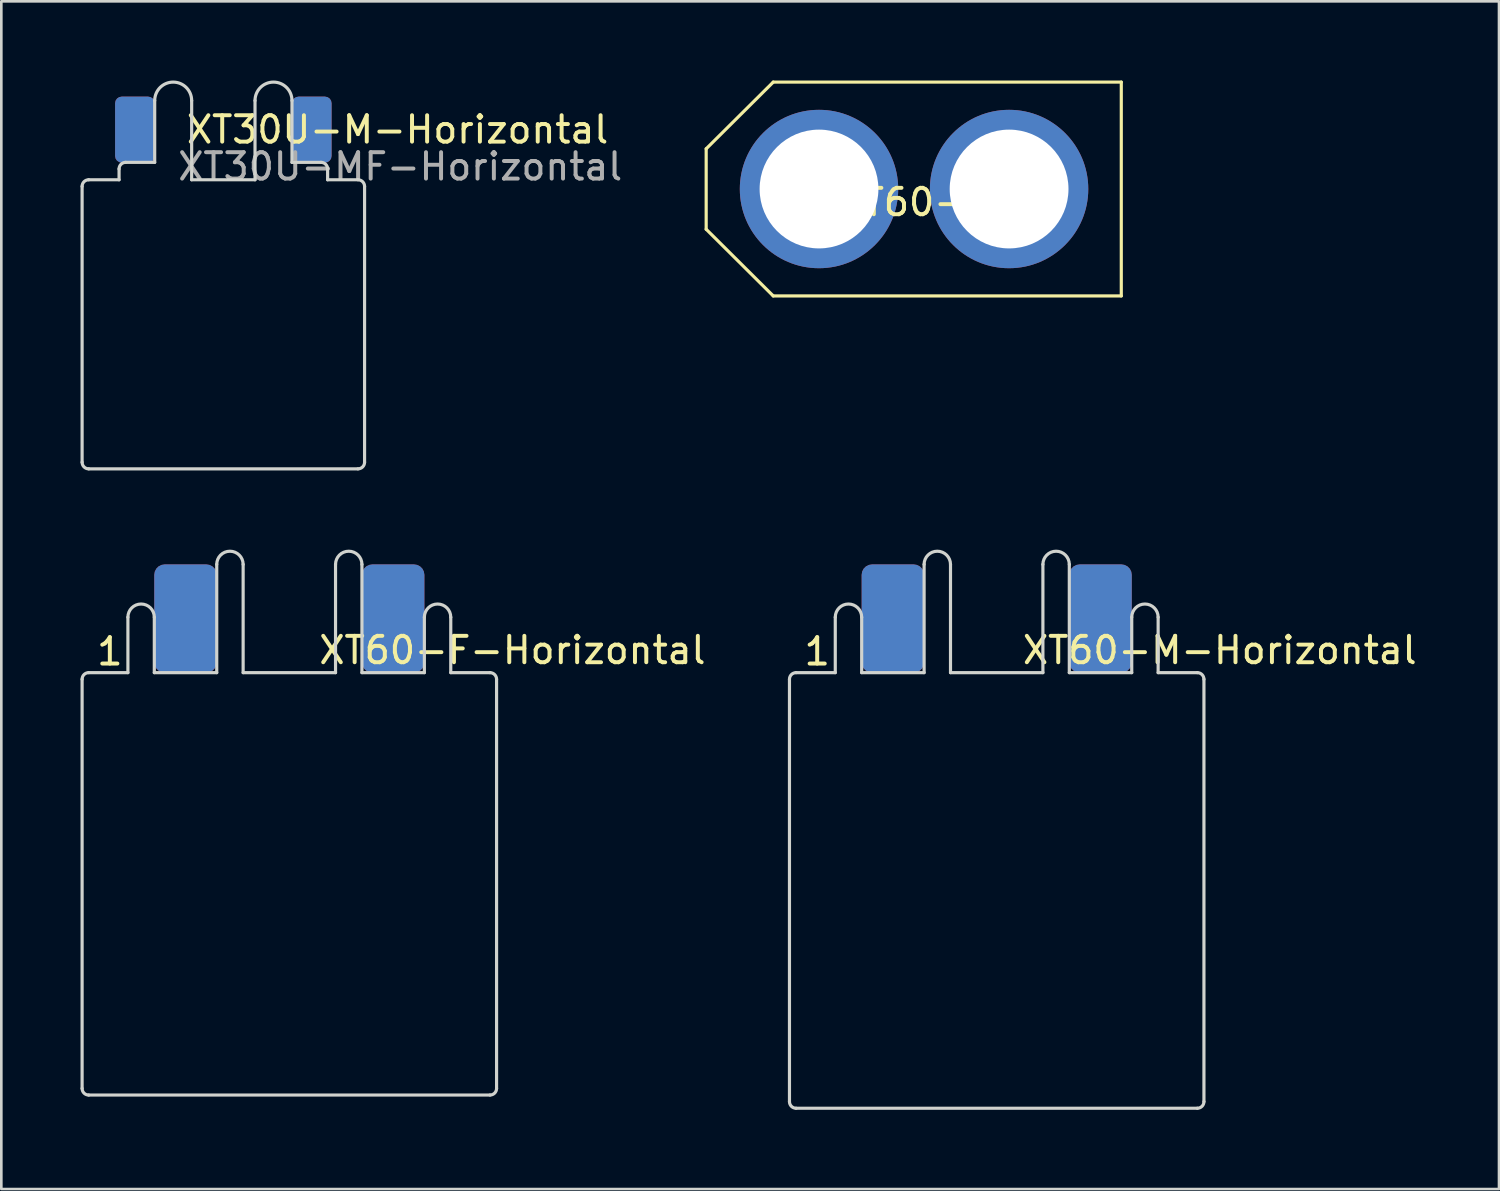
<source format=kicad_pcb>
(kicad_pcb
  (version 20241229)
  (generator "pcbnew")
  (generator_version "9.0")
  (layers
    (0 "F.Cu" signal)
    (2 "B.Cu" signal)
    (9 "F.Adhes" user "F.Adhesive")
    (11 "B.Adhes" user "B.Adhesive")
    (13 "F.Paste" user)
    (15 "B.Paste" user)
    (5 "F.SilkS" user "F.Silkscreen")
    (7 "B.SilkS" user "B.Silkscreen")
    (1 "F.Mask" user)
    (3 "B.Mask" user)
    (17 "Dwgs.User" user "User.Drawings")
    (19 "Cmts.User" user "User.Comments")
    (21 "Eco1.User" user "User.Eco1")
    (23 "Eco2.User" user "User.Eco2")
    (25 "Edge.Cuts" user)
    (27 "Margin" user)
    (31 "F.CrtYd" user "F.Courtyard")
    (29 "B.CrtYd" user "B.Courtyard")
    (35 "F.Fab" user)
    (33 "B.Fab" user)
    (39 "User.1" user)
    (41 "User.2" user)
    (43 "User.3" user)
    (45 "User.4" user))
  (footprint "XT60-F"
    (layer "F.Cu")
    (at 31.574 4.11)
    (property "Reference" "XT60-F" (at 0 0.5 0) (layer "F.SilkS") (effects (font (size 1 1) (thickness 0.15))))
    (attr through_hole)
    (fp_line (start -7.874 -1.524) (end -7.874 1.524) (stroke (width 0.12) (type solid)) (layer "F.SilkS"))
    (fp_line (start -7.874 -1.524) (end -5.334 -4.05) (stroke (width 0.12) (type solid)) (layer "F.SilkS"))
    (fp_line (start -7.874 1.524) (end -5.334 4.05) (stroke (width 0.12) (type solid)) (layer "F.SilkS"))
    (fp_line (start -5.334 -4.05) (end 7.85 -4.05) (stroke (width 0.12) (type solid)) (layer "F.SilkS"))
    (fp_line (start -5.334 4.05) (end 7.85 4.05) (stroke (width 0.12) (type solid)) (layer "F.SilkS"))
    (fp_line (start 7.85 -4.05) (end 7.85 4.05) (stroke (width 0.12) (type solid)) (layer "F.SilkS"))
    (pad "1" thru_hole circle (at -3.6 0) (size 6 6) (drill 4.5) (layers "*.Cu" "*.Mask"))
    (pad "2" thru_hole circle (at 3.6 0) (size 6 6) (drill 4.5) (layers "*.Cu" "*.Mask")))
  (footprint "XT60-F-Horizontal"
    (layer "F.Cu")
    (at 7.91 22.43)
    (property "Reference" "XT60-F-Horizontal" (at 8.45 -0.85 0) (layer "F.SilkS") (effects (font (size 1 1) (thickness 0.15))))
    (attr through_hole)
    (fp_line (start -7.85 15.75) (end -7.85 0.25) (stroke (width 0.12) (type solid)) (layer "Edge.Cuts"))
    (fp_line (start -7.6 0) (end -6.115 0) (stroke (width 0.12) (type solid)) (layer "Edge.Cuts"))
    (fp_line (start -7.6 16) (end 7.6 16) (stroke (width 0.12) (type solid)) (layer "Edge.Cuts"))
    (fp_line (start -6.115 0) (end -6.115 -2.1) (stroke (width 0.12) (type solid)) (layer "Edge.Cuts"))
    (fp_line (start -5.115 0) (end -5.115 -2.1) (stroke (width 0.12) (type solid)) (layer "Edge.Cuts"))
    (fp_line (start -5.115 0) (end -2.75 0) (stroke (width 0.12) (type solid)) (layer "Edge.Cuts"))
    (fp_line (start -2.75 0) (end -2.75 -4.1) (stroke (width 0.12) (type solid)) (layer "Edge.Cuts"))
    (fp_line (start -1.75 0) (end -1.75 -4.1) (stroke (width 0.12) (type solid)) (layer "Edge.Cuts"))
    (fp_line (start 1.75 0) (end -1.75 0) (stroke (width 0.12) (type solid)) (layer "Edge.Cuts"))
    (fp_line (start 1.75 0) (end 1.75 -4.1) (stroke (width 0.12) (type solid)) (layer "Edge.Cuts"))
    (fp_line (start 2.75 0) (end 2.75 -4.1) (stroke (width 0.12) (type solid)) (layer "Edge.Cuts"))
    (fp_line (start 5.115 0) (end 2.75 0) (stroke (width 0.12) (type solid)) (layer "Edge.Cuts"))
    (fp_line (start 5.115 0) (end 5.115 -2.1) (stroke (width 0.12) (type solid)) (layer "Edge.Cuts"))
    (fp_line (start 6.115 0) (end 6.115 -2.1) (stroke (width 0.12) (type solid)) (layer "Edge.Cuts"))
    (fp_line (start 7.6 0) (end 6.115 0) (stroke (width 0.12) (type solid)) (layer "Edge.Cuts"))
    (fp_line (start 7.85 0.25) (end 7.85 15.75) (stroke (width 0.12) (type solid)) (layer "Edge.Cuts"))
    (fp_arc (start -7.85 0.25) (mid -7.776777 0.073223) (end -7.6 0) (stroke (width 0.12) (type solid)) (layer "Edge.Cuts"))
    (fp_arc (start -7.6 16) (mid -7.776777 15.926777) (end -7.85 15.75) (stroke (width 0.12) (type solid)) (layer "Edge.Cuts"))
    (fp_arc (start -6.115 -2.1) (mid -5.615 -2.6) (end -5.115 -2.1) (stroke (width 0.12) (type solid)) (layer "Edge.Cuts"))
    (fp_arc (start -2.75 -4.1) (mid -2.25 -4.6) (end -1.75 -4.1) (stroke (width 0.12) (type solid)) (layer "Edge.Cuts"))
    (fp_arc (start 1.75 -4.1) (mid 2.25 -4.6) (end 2.75 -4.1) (stroke (width 0.12) (type solid)) (layer "Edge.Cuts"))
    (fp_arc (start 5.115 -2.1) (mid 5.615 -2.6) (end 6.115 -2.1) (stroke (width 0.12) (type solid)) (layer "Edge.Cuts"))
    (fp_arc (start 7.6 0) (mid 7.776777 0.073223) (end 7.85 0.25) (stroke (width 0.12) (type solid)) (layer "Edge.Cuts"))
    (fp_arc (start 7.85 15.75) (mid 7.776777 15.926777) (end 7.6 16) (stroke (width 0.12) (type solid)) (layer "Edge.Cuts"))
    (fp_text user "1" (at -6.8 -0.8 0) (layer "F.SilkS") (effects (font (size 1 1) (thickness 0.15))))
    (pad "1" smd roundrect (at -3.933 -2.05) (size 2.365 4.1) (layers "F.Cu" "F.Mask" "F.Paste") (roundrect_rratio 0.167))
    (pad "1" smd roundrect (at -3.933 -2.05) (size 2.365 4.1) (layers "B.Cu" "B.Mask" "B.Paste") (roundrect_rratio 0.167))
    (pad "1" smd roundrect (at 3.933 -2.05) (size 2.365 4.1) (layers "B.Cu" "B.Mask" "B.Paste") (roundrect_rratio 0.167))
    (pad "2" smd roundrect (at 3.933 -2.05) (size 2.365 4.1) (layers "F.Cu" "F.Mask" "F.Paste") (roundrect_rratio 0.167)))
  (footprint "XT30U-M-Horizontal"
    (layer "F.Cu")
    (at 5.41 3.76)
    (property "Reference" "XT30U-M-Horizontal" (at 6.6 -1.9 0) (layer "F.SilkS") (effects (font (size 1 1) (thickness 0.15))))
    (attr through_hole)
    (fp_line (start -5.35 10.7) (end -5.35 0.25) (stroke (width 0.12) (type solid)) (layer "Edge.Cuts"))
    (fp_line (start -5.1 0) (end -3.95 0) (stroke (width 0.12) (type solid)) (layer "Edge.Cuts"))
    (fp_line (start -5.1 10.95) (end 5.1 10.95) (stroke (width 0.12) (type solid)) (layer "Edge.Cuts"))
    (fp_line (start -3.95 0) (end -3.95 -0.41) (stroke (width 0.12) (type solid)) (layer "Edge.Cuts"))
    (fp_line (start -3.7 -0.66) (end -2.6 -0.66) (stroke (width 0.12) (type solid)) (layer "Edge.Cuts"))
    (fp_line (start -2.6 -0.66) (end -2.6 -3) (stroke (width 0.12) (type solid)) (layer "Edge.Cuts"))
    (fp_line (start -1.2 -3) (end -1.2 0) (stroke (width 0.12) (type solid)) (layer "Edge.Cuts"))
    (fp_line (start -1.2 0) (end 1.2 0) (stroke (width 0.12) (type solid)) (layer "Edge.Cuts"))
    (fp_line (start 1.2 -3) (end 1.2 0) (stroke (width 0.12) (type solid)) (layer "Edge.Cuts"))
    (fp_line (start 2.6 -0.66) (end 2.6 -3) (stroke (width 0.12) (type solid)) (layer "Edge.Cuts"))
    (fp_line (start 3.7 -0.66) (end 2.6 -0.66) (stroke (width 0.12) (type solid)) (layer "Edge.Cuts"))
    (fp_line (start 3.95 0) (end 3.95 -0.41) (stroke (width 0.12) (type solid)) (layer "Edge.Cuts"))
    (fp_line (start 3.95 0) (end 5.1 0) (stroke (width 0.12) (type solid)) (layer "Edge.Cuts"))
    (fp_line (start 5.35 0.25) (end 5.35 10.7) (stroke (width 0.12) (type solid)) (layer "Edge.Cuts"))
    (fp_arc (start -5.35 0.25) (mid -5.276777 0.073223) (end -5.1 0) (stroke (width 0.12) (type solid)) (layer "Edge.Cuts"))
    (fp_arc (start -5.1 10.95) (mid -5.276777 10.876777) (end -5.35 10.7) (stroke (width 0.12) (type solid)) (layer "Edge.Cuts"))
    (fp_arc (start -3.95 -0.41) (mid -3.876777 -0.586777) (end -3.7 -0.66) (stroke (width 0.12) (type solid)) (layer "Edge.Cuts"))
    (fp_arc (start -2.6 -3) (mid -1.9 -3.7) (end -1.2 -3) (stroke (width 0.12) (type solid)) (layer "Edge.Cuts"))
    (fp_arc (start 1.2 -3) (mid 1.9 -3.7) (end 2.6 -3) (stroke (width 0.12) (type solid)) (layer "Edge.Cuts"))
    (fp_arc (start 3.7 -0.66) (mid 3.876777 -0.586777) (end 3.95 -0.41) (stroke (width 0.12) (type solid)) (layer "Edge.Cuts"))
    (fp_arc (start 5.1 0) (mid 5.276777 0.073223) (end 5.35 0.25) (stroke (width 0.12) (type solid)) (layer "Edge.Cuts"))
    (fp_arc (start 5.35 10.7) (mid 5.276777 10.876777) (end 5.1 10.95) (stroke (width 0.12) (type solid)) (layer "Edge.Cuts"))
    (fp_text user "XT30U-MF-Horizontal" (at 6.7 -0.5 0) (layer "F.Fab") (effects (font (size 1 1) (thickness 0.15))))
    (pad "1" smd roundrect (at -3.35 -1.9) (size 1.5 2.5) (layers "F.Cu" "F.Mask" "F.Paste") (roundrect_rratio 0.167))
    (pad "1" smd roundrect (at -3.35 -1.9 180) (size 1.5 2.5) (layers "B.Cu" "B.Mask" "B.Paste") (roundrect_rratio 0.167))
    (pad "2" smd roundrect (at 3.35 -1.9) (size 1.5 2.5) (layers "F.Cu" "F.Mask" "F.Paste") (roundrect_rratio 0.167))
    (pad "2" smd roundrect (at 3.35 -1.9) (size 1.5 2.5) (layers "B.Cu" "B.Mask" "B.Paste") (roundrect_rratio 0.167)))
  (footprint "XT60-M-Horizontal"
    (layer "F.Cu")
    (at 34.705 22.43)
    (property "Reference" "XT60-M-Horizontal" (at 8.45 -0.85 0) (layer "F.SilkS") (effects (font (size 1 1) (thickness 0.15))))
    (attr through_hole)
    (fp_line (start -7.85 16.25) (end -7.85 0.25) (stroke (width 0.12) (type solid)) (layer "Edge.Cuts"))
    (fp_line (start -7.6 0) (end -6.115 0) (stroke (width 0.12) (type solid)) (layer "Edge.Cuts"))
    (fp_line (start -7.6 16.5) (end 7.6 16.5) (stroke (width 0.12) (type solid)) (layer "Edge.Cuts"))
    (fp_line (start -6.115 0) (end -6.115 -2.1) (stroke (width 0.12) (type solid)) (layer "Edge.Cuts"))
    (fp_line (start -5.115 0) (end -5.115 -2.1) (stroke (width 0.12) (type solid)) (layer "Edge.Cuts"))
    (fp_line (start -5.115 0) (end -2.75 0) (stroke (width 0.12) (type solid)) (layer "Edge.Cuts"))
    (fp_line (start -2.75 0) (end -2.75 -4.1) (stroke (width 0.12) (type solid)) (layer "Edge.Cuts"))
    (fp_line (start -1.75 0) (end -1.75 -4.1) (stroke (width 0.12) (type solid)) (layer "Edge.Cuts"))
    (fp_line (start 1.75 0) (end -1.75 0) (stroke (width 0.12) (type solid)) (layer "Edge.Cuts"))
    (fp_line (start 1.75 0) (end 1.75 -4.1) (stroke (width 0.12) (type solid)) (layer "Edge.Cuts"))
    (fp_line (start 2.75 0) (end 2.75 -4.1) (stroke (width 0.12) (type solid)) (layer "Edge.Cuts"))
    (fp_line (start 5.115 0) (end 2.75 0) (stroke (width 0.12) (type solid)) (layer "Edge.Cuts"))
    (fp_line (start 5.115 0) (end 5.115 -2.1) (stroke (width 0.12) (type solid)) (layer "Edge.Cuts"))
    (fp_line (start 6.115 0) (end 6.115 -2.1) (stroke (width 0.12) (type solid)) (layer "Edge.Cuts"))
    (fp_line (start 7.6 0) (end 6.115 0) (stroke (width 0.12) (type solid)) (layer "Edge.Cuts"))
    (fp_line (start 7.85 0.25) (end 7.85 16.25) (stroke (width 0.12) (type solid)) (layer "Edge.Cuts"))
    (fp_arc (start -7.85 0.25) (mid -7.776777 0.073223) (end -7.6 0) (stroke (width 0.12) (type solid)) (layer "Edge.Cuts"))
    (fp_arc (start -7.6 16.5) (mid -7.776777 16.426777) (end -7.85 16.25) (stroke (width 0.12) (type solid)) (layer "Edge.Cuts"))
    (fp_arc (start -6.115 -2.1) (mid -5.615 -2.6) (end -5.115 -2.1) (stroke (width 0.12) (type solid)) (layer "Edge.Cuts"))
    (fp_arc (start -2.75 -4.1) (mid -2.25 -4.6) (end -1.75 -4.1) (stroke (width 0.12) (type solid)) (layer "Edge.Cuts"))
    (fp_arc (start 1.75 -4.1) (mid 2.25 -4.6) (end 2.75 -4.1) (stroke (width 0.12) (type solid)) (layer "Edge.Cuts"))
    (fp_arc (start 5.115 -2.1) (mid 5.615 -2.6) (end 6.115 -2.1) (stroke (width 0.12) (type solid)) (layer "Edge.Cuts"))
    (fp_arc (start 7.6 0) (mid 7.776777 0.073223) (end 7.85 0.25) (stroke (width 0.12) (type solid)) (layer "Edge.Cuts"))
    (fp_arc (start 7.85 16.25) (mid 7.776777 16.426777) (end 7.6 16.5) (stroke (width 0.12) (type solid)) (layer "Edge.Cuts"))
    (fp_text user "1" (at -6.8 -0.8 0) (layer "F.SilkS") (effects (font (size 1 1) (thickness 0.15))))
    (pad "1" smd roundrect (at -3.933 -2.05) (size 2.365 4.1) (layers "F.Cu" "F.Mask" "F.Paste") (roundrect_rratio 0.167))
    (pad "1" smd roundrect (at -3.933 -2.05) (size 2.365 4.1) (layers "B.Cu" "B.Mask" "B.Paste") (roundrect_rratio 0.167))
    (pad "1" smd roundrect (at 3.933 -2.05) (size 2.365 4.1) (layers "B.Cu" "B.Mask" "B.Paste") (roundrect_rratio 0.167))
    (pad "2" smd roundrect (at 3.933 -2.05) (size 2.365 4.1) (layers "F.Cu" "F.Mask" "F.Paste") (roundrect_rratio 0.167)))
  (gr_rect
    (start -3 -3)
    (end 53.732 41.99)
    (stroke (width 0.1) (type default))
    (fill no)
    (layer "Edge.Cuts")))
</source>
